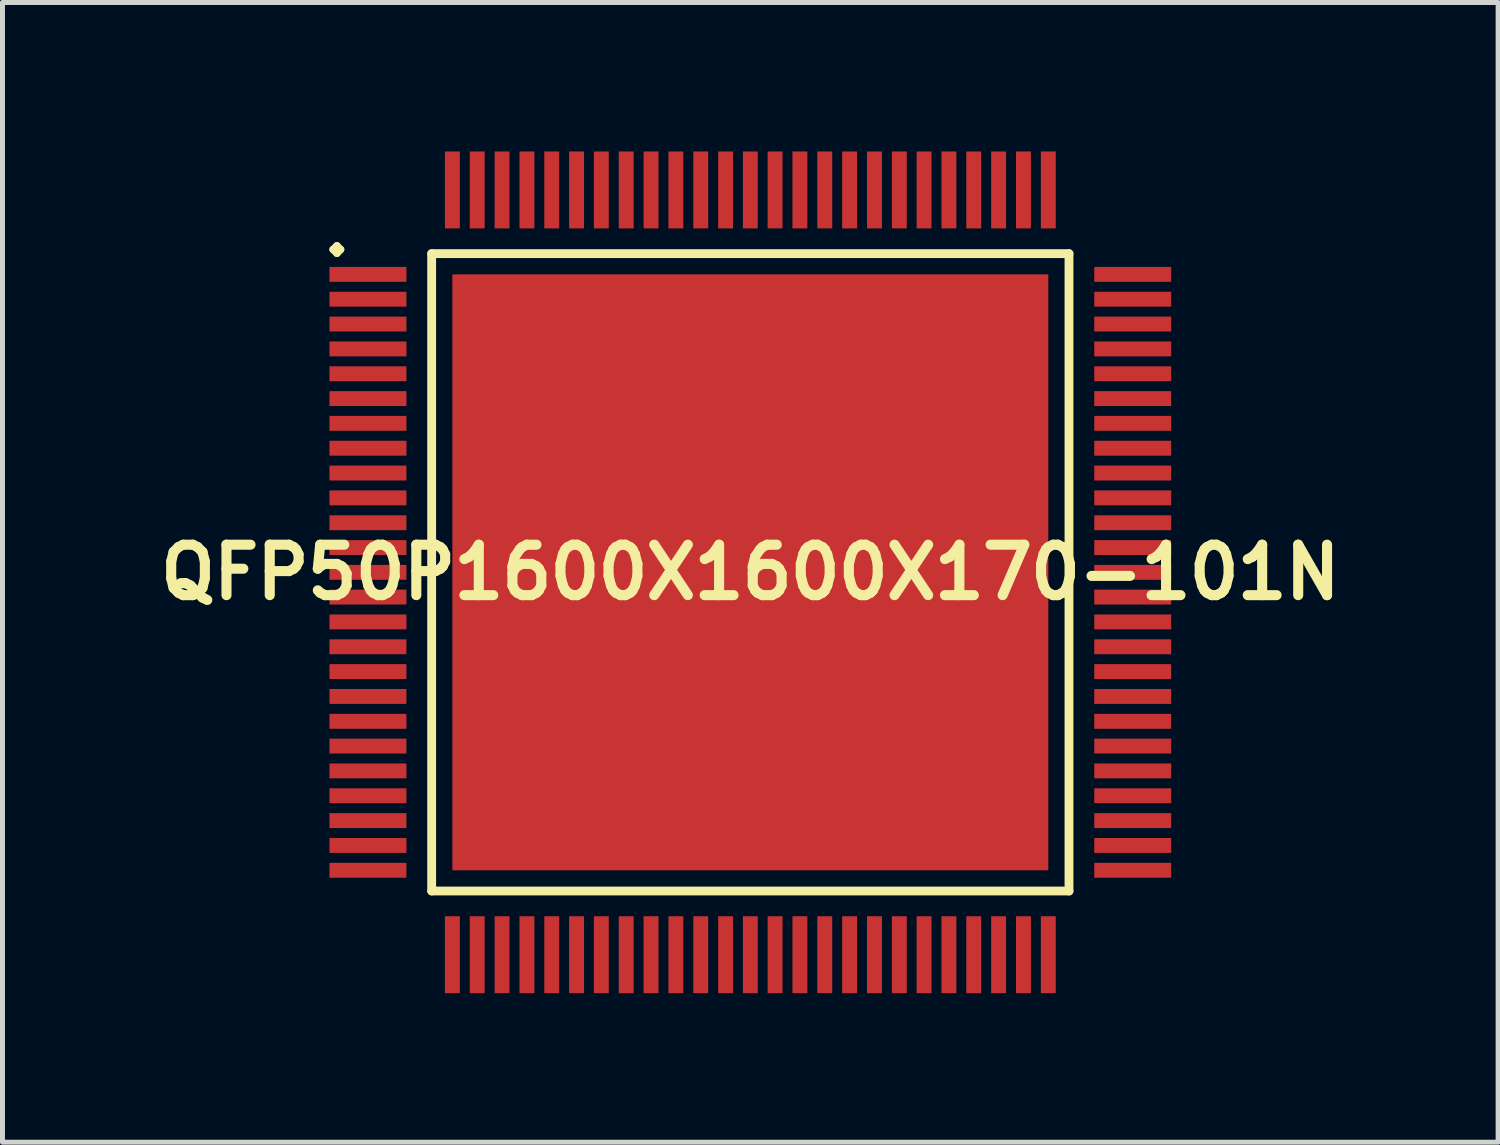
<source format=kicad_pcb>
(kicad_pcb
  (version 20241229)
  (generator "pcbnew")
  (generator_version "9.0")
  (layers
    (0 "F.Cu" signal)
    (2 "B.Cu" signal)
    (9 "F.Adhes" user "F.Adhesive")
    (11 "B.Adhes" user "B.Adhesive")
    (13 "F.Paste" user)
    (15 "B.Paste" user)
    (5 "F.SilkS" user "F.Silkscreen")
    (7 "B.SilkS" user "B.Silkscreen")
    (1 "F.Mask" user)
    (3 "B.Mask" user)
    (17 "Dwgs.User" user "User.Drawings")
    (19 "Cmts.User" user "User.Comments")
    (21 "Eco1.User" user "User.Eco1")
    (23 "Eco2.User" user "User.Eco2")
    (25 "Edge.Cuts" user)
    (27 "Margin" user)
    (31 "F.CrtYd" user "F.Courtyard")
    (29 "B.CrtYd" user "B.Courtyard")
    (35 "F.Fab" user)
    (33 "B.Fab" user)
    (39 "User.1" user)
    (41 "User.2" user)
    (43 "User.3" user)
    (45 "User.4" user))
  (footprint "QFP50P1600X1600X170-101N"
    (layer "F.Cu")
    (at 12.057 8.473)
    (property "Reference" "QFP50P1600X1600X170-101N" (at 0 0 0) (layer "F.SilkS") (effects (font (size 1.016 1.016) (thickness 0.203))))
    (attr smd)
    (fp_line (start -8.4 -6.5) (end -8.324 -6.574) (stroke (width 0.15) (type solid)) (layer "F.SilkS"))
    (fp_line (start -8.324 -6.574) (end -8.25 -6.5) (stroke (width 0.15) (type solid)) (layer "F.SilkS"))
    (fp_line (start -8.324 -6.424) (end -8.4 -6.5) (stroke (width 0.15) (type solid)) (layer "F.SilkS"))
    (fp_line (start -8.25 -6.5) (end -8.324 -6.424) (stroke (width 0.15) (type solid)) (layer "F.SilkS"))
    (fp_line (start -6.416 -6.416) (end -6.416 6.416) (stroke (width 0.178) (type solid)) (layer "F.SilkS"))
    (fp_line (start -6.416 6.416) (end 6.416 6.416) (stroke (width 0.178) (type solid)) (layer "F.SilkS"))
    (fp_line (start 6.416 -6.416) (end -6.416 -6.416) (stroke (width 0.178) (type solid)) (layer "F.SilkS"))
    (fp_line (start 6.416 6.416) (end 6.416 -6.416) (stroke (width 0.178) (type solid)) (layer "F.SilkS"))
    (pad "1" smd rect (at -7.699 -5.999) (size 1.549 0.3) (layers "F.Cu" "F.Mask" "F.Paste"))
    (pad "2" smd rect (at -7.699 -5.499) (size 1.549 0.3) (layers "F.Cu" "F.Mask" "F.Paste"))
    (pad "3" smd rect (at -7.699 -4.999) (size 1.549 0.3) (layers "F.Cu" "F.Mask" "F.Paste"))
    (pad "4" smd rect (at -7.699 -4.498) (size 1.549 0.3) (layers "F.Cu" "F.Mask" "F.Paste"))
    (pad "5" smd rect (at -7.699 -3.998) (size 1.549 0.3) (layers "F.Cu" "F.Mask" "F.Paste"))
    (pad "6" smd rect (at -7.699 -3.498) (size 1.549 0.3) (layers "F.Cu" "F.Mask" "F.Paste"))
    (pad "7" smd rect (at -7.699 -3) (size 1.549 0.3) (layers "F.Cu" "F.Mask" "F.Paste"))
    (pad "8" smd rect (at -7.699 -2.499) (size 1.549 0.3) (layers "F.Cu" "F.Mask" "F.Paste"))
    (pad "9" smd rect (at -7.699 -1.999) (size 1.549 0.3) (layers "F.Cu" "F.Mask" "F.Paste"))
    (pad "10" smd rect (at -7.699 -1.499) (size 1.549 0.3) (layers "F.Cu" "F.Mask" "F.Paste"))
    (pad "11" smd rect (at -7.699 -0.998) (size 1.549 0.3) (layers "F.Cu" "F.Mask" "F.Paste"))
    (pad "12" smd rect (at -7.699 -0.498) (size 1.549 0.3) (layers "F.Cu" "F.Mask" "F.Paste"))
    (pad "13" smd rect (at -7.699 0) (size 1.549 0.3) (layers "F.Cu" "F.Mask" "F.Paste"))
    (pad "14" smd rect (at -7.699 0.498) (size 1.549 0.3) (layers "F.Cu" "F.Mask" "F.Paste"))
    (pad "15" smd rect (at -7.699 0.998) (size 1.549 0.3) (layers "F.Cu" "F.Mask" "F.Paste"))
    (pad "16" smd rect (at -7.699 1.499) (size 1.549 0.3) (layers "F.Cu" "F.Mask" "F.Paste"))
    (pad "17" smd rect (at -7.699 1.999) (size 1.549 0.3) (layers "F.Cu" "F.Mask" "F.Paste"))
    (pad "18" smd rect (at -7.699 2.499) (size 1.549 0.3) (layers "F.Cu" "F.Mask" "F.Paste"))
    (pad "19" smd rect (at -7.699 3) (size 1.549 0.3) (layers "F.Cu" "F.Mask" "F.Paste"))
    (pad "20" smd rect (at -7.699 3.498) (size 1.549 0.3) (layers "F.Cu" "F.Mask" "F.Paste"))
    (pad "21" smd rect (at -7.699 3.998) (size 1.549 0.3) (layers "F.Cu" "F.Mask" "F.Paste"))
    (pad "22" smd rect (at -7.699 4.498) (size 1.549 0.3) (layers "F.Cu" "F.Mask" "F.Paste"))
    (pad "23" smd rect (at -7.699 4.999) (size 1.549 0.3) (layers "F.Cu" "F.Mask" "F.Paste"))
    (pad "24" smd rect (at -7.699 5.499) (size 1.549 0.3) (layers "F.Cu" "F.Mask" "F.Paste"))
    (pad "25" smd rect (at -7.699 5.999) (size 1.549 0.3) (layers "F.Cu" "F.Mask" "F.Paste"))
    (pad "26" smd rect (at -5.999 7.699) (size 0.3 1.549) (layers "F.Cu" "F.Mask" "F.Paste"))
    (pad "27" smd rect (at -5.499 7.699) (size 0.3 1.549) (layers "F.Cu" "F.Mask" "F.Paste"))
    (pad "28" smd rect (at -4.999 7.699) (size 0.3 1.549) (layers "F.Cu" "F.Mask" "F.Paste"))
    (pad "29" smd rect (at -4.498 7.699) (size 0.3 1.549) (layers "F.Cu" "F.Mask" "F.Paste"))
    (pad "30" smd rect (at -3.998 7.699) (size 0.3 1.549) (layers "F.Cu" "F.Mask" "F.Paste"))
    (pad "31" smd rect (at -3.498 7.699) (size 0.3 1.549) (layers "F.Cu" "F.Mask" "F.Paste"))
    (pad "32" smd rect (at -3 7.699) (size 0.3 1.549) (layers "F.Cu" "F.Mask" "F.Paste"))
    (pad "33" smd rect (at -2.499 7.699) (size 0.3 1.549) (layers "F.Cu" "F.Mask" "F.Paste"))
    (pad "34" smd rect (at -1.999 7.699) (size 0.3 1.549) (layers "F.Cu" "F.Mask" "F.Paste"))
    (pad "35" smd rect (at -1.499 7.699) (size 0.3 1.549) (layers "F.Cu" "F.Mask" "F.Paste"))
    (pad "36" smd rect (at -0.998 7.699) (size 0.3 1.549) (layers "F.Cu" "F.Mask" "F.Paste"))
    (pad "37" smd rect (at -0.498 7.699) (size 0.3 1.549) (layers "F.Cu" "F.Mask" "F.Paste"))
    (pad "38" smd rect (at 0 7.699) (size 0.3 1.549) (layers "F.Cu" "F.Mask" "F.Paste"))
    (pad "39" smd rect (at 0.498 7.699) (size 0.3 1.549) (layers "F.Cu" "F.Mask" "F.Paste"))
    (pad "40" smd rect (at 0.998 7.699) (size 0.3 1.549) (layers "F.Cu" "F.Mask" "F.Paste"))
    (pad "41" smd rect (at 1.499 7.699) (size 0.3 1.549) (layers "F.Cu" "F.Mask" "F.Paste"))
    (pad "42" smd rect (at 1.999 7.699) (size 0.3 1.549) (layers "F.Cu" "F.Mask" "F.Paste"))
    (pad "43" smd rect (at 2.499 7.699) (size 0.3 1.549) (layers "F.Cu" "F.Mask" "F.Paste"))
    (pad "44" smd rect (at 3 7.699) (size 0.3 1.549) (layers "F.Cu" "F.Mask" "F.Paste"))
    (pad "45" smd rect (at 3.498 7.699) (size 0.3 1.549) (layers "F.Cu" "F.Mask" "F.Paste"))
    (pad "46" smd rect (at 3.998 7.699) (size 0.3 1.549) (layers "F.Cu" "F.Mask" "F.Paste"))
    (pad "47" smd rect (at 4.498 7.699) (size 0.3 1.549) (layers "F.Cu" "F.Mask" "F.Paste"))
    (pad "48" smd rect (at 4.999 7.699) (size 0.3 1.549) (layers "F.Cu" "F.Mask" "F.Paste"))
    (pad "49" smd rect (at 5.499 7.699) (size 0.3 1.549) (layers "F.Cu" "F.Mask" "F.Paste"))
    (pad "50" smd rect (at 5.999 7.699) (size 0.3 1.549) (layers "F.Cu" "F.Mask" "F.Paste"))
    (pad "51" smd rect (at 7.699 5.999) (size 1.549 0.3) (layers "F.Cu" "F.Mask" "F.Paste"))
    (pad "52" smd rect (at 7.699 5.499) (size 1.549 0.3) (layers "F.Cu" "F.Mask" "F.Paste"))
    (pad "53" smd rect (at 7.699 4.999) (size 1.549 0.3) (layers "F.Cu" "F.Mask" "F.Paste"))
    (pad "54" smd rect (at 7.699 4.498) (size 1.549 0.3) (layers "F.Cu" "F.Mask" "F.Paste"))
    (pad "55" smd rect (at 7.699 3.998) (size 1.549 0.3) (layers "F.Cu" "F.Mask" "F.Paste"))
    (pad "56" smd rect (at 7.699 3.498) (size 1.549 0.3) (layers "F.Cu" "F.Mask" "F.Paste"))
    (pad "57" smd rect (at 7.699 3) (size 1.549 0.3) (layers "F.Cu" "F.Mask" "F.Paste"))
    (pad "58" smd rect (at 7.699 2.499) (size 1.549 0.3) (layers "F.Cu" "F.Mask" "F.Paste"))
    (pad "59" smd rect (at 7.699 1.999) (size 1.549 0.3) (layers "F.Cu" "F.Mask" "F.Paste"))
    (pad "60" smd rect (at 7.699 1.499) (size 1.549 0.3) (layers "F.Cu" "F.Mask" "F.Paste"))
    (pad "61" smd rect (at 7.699 0.998) (size 1.549 0.3) (layers "F.Cu" "F.Mask" "F.Paste"))
    (pad "62" smd rect (at 7.699 0.498) (size 1.549 0.3) (layers "F.Cu" "F.Mask" "F.Paste"))
    (pad "63" smd rect (at 7.699 0) (size 1.549 0.3) (layers "F.Cu" "F.Mask" "F.Paste"))
    (pad "64" smd rect (at 7.699 -0.498) (size 1.549 0.3) (layers "F.Cu" "F.Mask" "F.Paste"))
    (pad "65" smd rect (at 7.699 -0.998) (size 1.549 0.3) (layers "F.Cu" "F.Mask" "F.Paste"))
    (pad "66" smd rect (at 7.699 -1.499) (size 1.549 0.3) (layers "F.Cu" "F.Mask" "F.Paste"))
    (pad "67" smd rect (at 7.699 -1.999) (size 1.549 0.3) (layers "F.Cu" "F.Mask" "F.Paste"))
    (pad "68" smd rect (at 7.699 -2.499) (size 1.549 0.3) (layers "F.Cu" "F.Mask" "F.Paste"))
    (pad "69" smd rect (at 7.699 -3) (size 1.549 0.3) (layers "F.Cu" "F.Mask" "F.Paste"))
    (pad "70" smd rect (at 7.699 -3.498) (size 1.549 0.3) (layers "F.Cu" "F.Mask" "F.Paste"))
    (pad "71" smd rect (at 7.699 -3.998) (size 1.549 0.3) (layers "F.Cu" "F.Mask" "F.Paste"))
    (pad "72" smd rect (at 7.699 -4.498) (size 1.549 0.3) (layers "F.Cu" "F.Mask" "F.Paste"))
    (pad "73" smd rect (at 7.699 -4.999) (size 1.549 0.3) (layers "F.Cu" "F.Mask" "F.Paste"))
    (pad "74" smd rect (at 7.699 -5.499) (size 1.549 0.3) (layers "F.Cu" "F.Mask" "F.Paste"))
    (pad "75" smd rect (at 7.699 -5.999) (size 1.549 0.3) (layers "F.Cu" "F.Mask" "F.Paste"))
    (pad "76" smd rect (at 5.999 -7.699) (size 0.3 1.549) (layers "F.Cu" "F.Mask" "F.Paste"))
    (pad "77" smd rect (at 5.499 -7.699) (size 0.3 1.549) (layers "F.Cu" "F.Mask" "F.Paste"))
    (pad "78" smd rect (at 4.999 -7.699) (size 0.3 1.549) (layers "F.Cu" "F.Mask" "F.Paste"))
    (pad "79" smd rect (at 4.498 -7.699) (size 0.3 1.549) (layers "F.Cu" "F.Mask" "F.Paste"))
    (pad "80" smd rect (at 3.998 -7.699) (size 0.3 1.549) (layers "F.Cu" "F.Mask" "F.Paste"))
    (pad "81" smd rect (at 3.498 -7.699) (size 0.3 1.549) (layers "F.Cu" "F.Mask" "F.Paste"))
    (pad "82" smd rect (at 3 -7.699) (size 0.3 1.549) (layers "F.Cu" "F.Mask" "F.Paste"))
    (pad "83" smd rect (at 2.499 -7.699) (size 0.3 1.549) (layers "F.Cu" "F.Mask" "F.Paste"))
    (pad "84" smd rect (at 1.999 -7.699) (size 0.3 1.549) (layers "F.Cu" "F.Mask" "F.Paste"))
    (pad "85" smd rect (at 1.499 -7.699) (size 0.3 1.549) (layers "F.Cu" "F.Mask" "F.Paste"))
    (pad "86" smd rect (at 0.998 -7.699) (size 0.3 1.549) (layers "F.Cu" "F.Mask" "F.Paste"))
    (pad "87" smd rect (at 0.498 -7.699) (size 0.3 1.549) (layers "F.Cu" "F.Mask" "F.Paste"))
    (pad "88" smd rect (at 0 -7.699) (size 0.3 1.549) (layers "F.Cu" "F.Mask" "F.Paste"))
    (pad "89" smd rect (at -0.498 -7.699) (size 0.3 1.549) (layers "F.Cu" "F.Mask" "F.Paste"))
    (pad "90" smd rect (at -0.998 -7.699) (size 0.3 1.549) (layers "F.Cu" "F.Mask" "F.Paste"))
    (pad "91" smd rect (at -1.499 -7.699) (size 0.3 1.549) (layers "F.Cu" "F.Mask" "F.Paste"))
    (pad "92" smd rect (at -1.999 -7.699) (size 0.3 1.549) (layers "F.Cu" "F.Mask" "F.Paste"))
    (pad "93" smd rect (at -2.499 -7.699) (size 0.3 1.549) (layers "F.Cu" "F.Mask" "F.Paste"))
    (pad "94" smd rect (at -3 -7.699) (size 0.3 1.549) (layers "F.Cu" "F.Mask" "F.Paste"))
    (pad "95" smd rect (at -3.498 -7.699) (size 0.3 1.549) (layers "F.Cu" "F.Mask" "F.Paste"))
    (pad "96" smd rect (at -3.998 -7.699) (size 0.3 1.549) (layers "F.Cu" "F.Mask" "F.Paste"))
    (pad "97" smd rect (at -4.498 -7.699) (size 0.3 1.549) (layers "F.Cu" "F.Mask" "F.Paste"))
    (pad "98" smd rect (at -4.999 -7.699) (size 0.3 1.549) (layers "F.Cu" "F.Mask" "F.Paste"))
    (pad "99" smd rect (at -5.499 -7.699) (size 0.3 1.549) (layers "F.Cu" "F.Mask" "F.Paste"))
    (pad "100" smd rect (at -5.999 -7.699) (size 0.3 1.549) (layers "F.Cu" "F.Mask" "F.Paste"))
    (pad "101" smd rect (at 0 0) (size 11.999 11.999) (layers "F.Cu" "F.Mask" "F.Paste")))
  (gr_rect
    (start -3 -3)
    (end 27.113 19.947)
    (stroke (width 0.1) (type default))
    (fill no)
    (layer "Edge.Cuts")))
</source>
